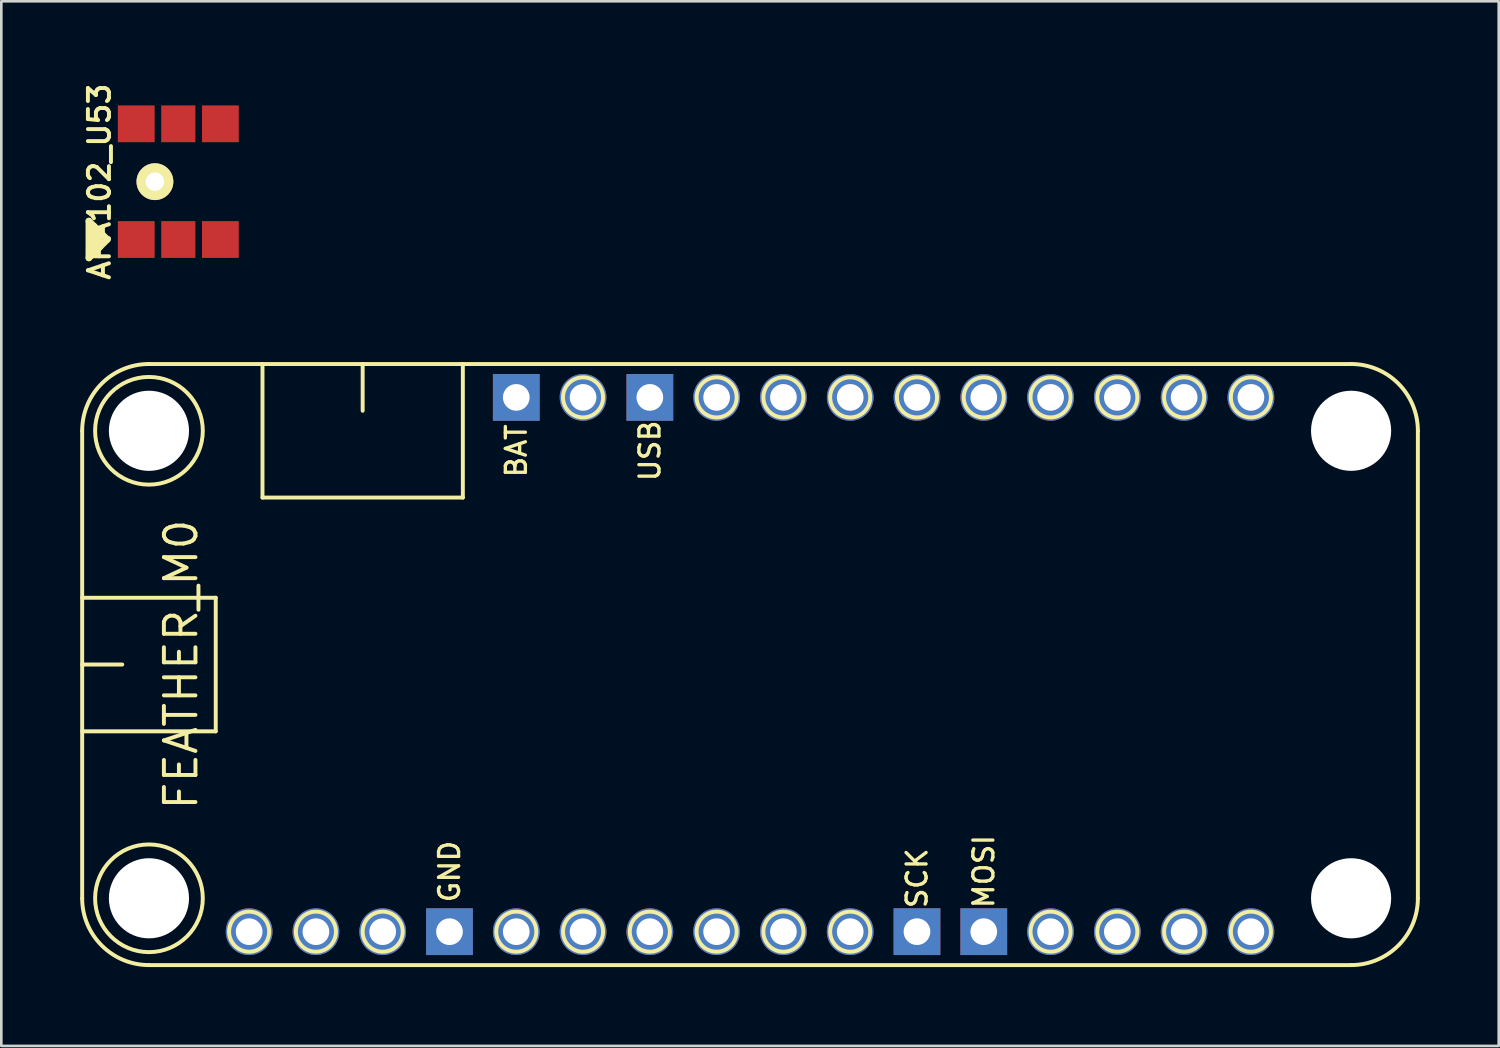
<source format=kicad_pcb>
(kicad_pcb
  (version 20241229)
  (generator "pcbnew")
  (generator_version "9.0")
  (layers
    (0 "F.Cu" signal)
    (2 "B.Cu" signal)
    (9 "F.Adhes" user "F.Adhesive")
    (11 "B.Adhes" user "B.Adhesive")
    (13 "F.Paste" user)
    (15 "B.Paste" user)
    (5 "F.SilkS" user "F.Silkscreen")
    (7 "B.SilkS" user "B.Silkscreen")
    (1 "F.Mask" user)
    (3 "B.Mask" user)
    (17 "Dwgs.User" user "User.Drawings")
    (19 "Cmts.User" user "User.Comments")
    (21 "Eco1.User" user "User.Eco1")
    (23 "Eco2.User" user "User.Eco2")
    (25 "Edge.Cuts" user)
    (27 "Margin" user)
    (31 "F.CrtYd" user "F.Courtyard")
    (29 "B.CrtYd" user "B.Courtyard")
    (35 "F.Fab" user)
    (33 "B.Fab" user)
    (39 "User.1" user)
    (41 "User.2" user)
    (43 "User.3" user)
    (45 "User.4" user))
  (footprint "FEATHER_M0"
    (layer "F.Cu")
    (at 25.475 22.224)
    (property "Reference" "FEATHER_M0" (at -21.639 0 90) (layer "F.SilkS") (effects (font (size 1.2 1.2) (thickness 0.15))))
    (attr through_hole)
    (fp_line (start -25.4 -8.89) (end -25.4 8.89) (stroke (width 0.15) (type solid)) (layer "F.SilkS"))
    (fp_line (start -25.4 -2.54) (end -20.32 -2.54) (stroke (width 0.15) (type solid)) (layer "F.SilkS"))
    (fp_line (start -25.4 0) (end -23.876 0) (stroke (width 0.15) (type solid)) (layer "F.SilkS"))
    (fp_line (start -22.86 11.43) (end 22.86 11.43) (stroke (width 0.15) (type solid)) (layer "F.SilkS"))
    (fp_line (start -20.32 -2.54) (end -20.32 2.54) (stroke (width 0.15) (type solid)) (layer "F.SilkS"))
    (fp_line (start -20.32 2.54) (end -25.4 2.54) (stroke (width 0.15) (type solid)) (layer "F.SilkS"))
    (fp_line (start -18.542 -6.35) (end -18.542 -11.43) (stroke (width 0.15) (type solid)) (layer "F.SilkS"))
    (fp_line (start -18.542 -6.35) (end -10.922 -6.35) (stroke (width 0.15) (type solid)) (layer "F.SilkS"))
    (fp_line (start -14.732 -11.43) (end -14.732 -9.652) (stroke (width 0.15) (type solid)) (layer "F.SilkS"))
    (fp_line (start -10.922 -6.35) (end -10.922 -11.43) (stroke (width 0.15) (type solid)) (layer "F.SilkS"))
    (fp_line (start 22.86 -11.43) (end -22.86 -11.43) (stroke (width 0.15) (type solid)) (layer "F.SilkS"))
    (fp_line (start 25.4 -8.89) (end 25.4 8.89) (stroke (width 0.15) (type solid)) (layer "F.SilkS"))
    (fp_arc (start -25.4 -8.89) (mid -24.656051 -10.686051) (end -22.86 -11.43) (stroke (width 0.15) (type solid)) (layer "F.SilkS"))
    (fp_arc (start -22.86 11.43) (mid -24.656051 10.686051) (end -25.4 8.89) (stroke (width 0.15) (type solid)) (layer "F.SilkS"))
    (fp_arc (start 22.86 -11.43) (mid 24.656051 -10.686051) (end 25.4 -8.89) (stroke (width 0.15) (type solid)) (layer "F.SilkS"))
    (fp_arc (start 25.4 8.89) (mid 24.656051 10.686051) (end 22.86 11.43) (stroke (width 0.15) (type solid)) (layer "F.SilkS"))
    (fp_circle (center -22.86 -8.89) (end -20.828 -8.636) (stroke (width 0.15) (type solid)) (fill no) (layer "F.SilkS"))
    (fp_circle (center -22.86 8.89) (end -20.828 8.636) (stroke (width 0.15) (type solid)) (fill no) (layer "F.SilkS"))
    (fp_circle (center -19.05 10.16) (end -18.288 10.16) (stroke (width 0.15) (type solid)) (fill no) (layer "F.SilkS"))
    (fp_circle (center -16.51 10.16) (end -15.748 10.16) (stroke (width 0.15) (type solid)) (fill no) (layer "F.SilkS"))
    (fp_circle (center -13.97 10.16) (end -13.208 10.16) (stroke (width 0.15) (type solid)) (fill no) (layer "F.SilkS"))
    (fp_circle (center -8.89 10.16) (end -9.652 10.16) (stroke (width 0.15) (type solid)) (fill no) (layer "F.SilkS"))
    (fp_circle (center -6.35 -10.16) (end -5.588 -10.16) (stroke (width 0.15) (type solid)) (fill no) (layer "F.SilkS"))
    (fp_circle (center -6.35 10.16) (end -7.112 10.16) (stroke (width 0.15) (type solid)) (fill no) (layer "F.SilkS"))
    (fp_circle (center -3.81 10.16) (end -4.572 10.16) (stroke (width 0.15) (type solid)) (fill no) (layer "F.SilkS"))
    (fp_circle (center -1.27 -10.16) (end -0.508 -10.16) (stroke (width 0.15) (type solid)) (fill no) (layer "F.SilkS"))
    (fp_circle (center -1.27 10.16) (end -2.032 10.16) (stroke (width 0.15) (type solid)) (fill no) (layer "F.SilkS"))
    (fp_circle (center 1.27 -10.16) (end 2.032 -10.16) (stroke (width 0.15) (type solid)) (fill no) (layer "F.SilkS"))
    (fp_circle (center 1.27 10.16) (end 0.508 10.16) (stroke (width 0.15) (type solid)) (fill no) (layer "F.SilkS"))
    (fp_circle (center 3.81 -10.16) (end 4.572 -10.16) (stroke (width 0.15) (type solid)) (fill no) (layer "F.SilkS"))
    (fp_circle (center 3.81 10.16) (end 3.048 10.16) (stroke (width 0.15) (type solid)) (fill no) (layer "F.SilkS"))
    (fp_circle (center 6.35 -10.16) (end 7.112 -10.16) (stroke (width 0.15) (type solid)) (fill no) (layer "F.SilkS"))
    (fp_circle (center 8.89 -10.16) (end 8.128 -10.16) (stroke (width 0.15) (type solid)) (fill no) (layer "F.SilkS"))
    (fp_circle (center 11.43 -10.16) (end 12.192 -10.16) (stroke (width 0.15) (type solid)) (fill no) (layer "F.SilkS"))
    (fp_circle (center 11.43 10.16) (end 12.192 10.16) (stroke (width 0.15) (type solid)) (fill no) (layer "F.SilkS"))
    (fp_circle (center 13.97 -10.16) (end 14.732 -10.16) (stroke (width 0.15) (type solid)) (fill no) (layer "F.SilkS"))
    (fp_circle (center 13.97 10.16) (end 14.732 10.16) (stroke (width 0.15) (type solid)) (fill no) (layer "F.SilkS"))
    (fp_circle (center 16.51 -10.16) (end 15.748 -10.16) (stroke (width 0.15) (type solid)) (fill no) (layer "F.SilkS"))
    (fp_circle (center 16.51 10.16) (end 17.272 10.16) (stroke (width 0.15) (type solid)) (fill no) (layer "F.SilkS"))
    (fp_circle (center 19.05 -10.16) (end 18.288 -10.16) (stroke (width 0.15) (type solid)) (fill no) (layer "F.SilkS"))
    (fp_circle (center 19.05 10.16) (end 19.812 10.16) (stroke (width 0.15) (type solid)) (fill no) (layer "F.SilkS"))
    (fp_circle (center 22.86 -8.89) (end 21.59 -8.636) (stroke (width 0.15) (type solid)) (fill no) (layer "F.SilkS"))
    (fp_circle (center 22.86 8.89) (end 21.59 9.144) (stroke (width 0.15) (type solid)) (fill no) (layer "F.SilkS"))
    (fp_text user "USB" (at -3.81 -8.128 90) (layer "F.SilkS") (effects (font (size 0.762 0.762) (thickness 0.127))))
    (fp_text user "SCK" (at 6.35 8.128 90) (layer "F.SilkS") (effects (font (size 0.762 0.762) (thickness 0.127))))
    (fp_text user "GND" (at -11.43 7.874 90) (layer "F.SilkS") (effects (font (size 0.762 0.762) (thickness 0.127))))
    (fp_text user "MOSI" (at 8.89 7.874 90) (layer "F.SilkS") (effects (font (size 0.762 0.762) (thickness 0.127))))
    (fp_text user "BAT" (at -8.89 -8.128 90) (layer "F.SilkS") (effects (font (size 0.762 0.762) (thickness 0.127))))
    (pad "" np_thru_hole circle (at -22.86 -8.89) (size 3.048 3.048) (drill 3.048) (layers "*.Cu" "*.Mask"))
    (pad "" np_thru_hole circle (at -22.86 8.89) (size 3.048 3.048) (drill 3.048) (layers "*.Cu" "*.Mask"))
    (pad "" np_thru_hole circle (at 22.86 -8.89) (size 3.048 3.048) (drill 3.048) (layers "*.Cu" "*.Mask"))
    (pad "" np_thru_hole circle (at 22.86 8.89) (size 3.048 3.048) (drill 3.048) (layers "*.Cu" "*.Mask"))
    (pad "1" thru_hole circle (at -19.05 10.16) (size 1.778 1.778) (drill 1.016) (layers "*.Cu" "*.Mask"))
    (pad "2" thru_hole circle (at -16.51 10.16) (size 1.778 1.778) (drill 1.016) (layers "*.Cu" "*.Mask"))
    (pad "3" thru_hole circle (at -13.97 10.16) (size 1.778 1.778) (drill 1.016) (layers "*.Cu" "*.Mask"))
    (pad "4" thru_hole rect (at -11.43 10.16) (size 1.778 1.778) (drill 1.016) (layers "*.Cu" "*.Mask"))
    (pad "5" thru_hole circle (at -8.89 10.16) (size 1.778 1.778) (drill 1.016) (layers "*.Cu" "*.Mask"))
    (pad "6" thru_hole circle (at -6.35 10.16) (size 1.778 1.778) (drill 1.016) (layers "*.Cu" "*.Mask"))
    (pad "7" thru_hole circle (at -3.81 10.16) (size 1.778 1.778) (drill 1.016) (layers "*.Cu" "*.Mask"))
    (pad "8" thru_hole circle (at -1.27 10.16) (size 1.778 1.778) (drill 1.016) (layers "*.Cu" "*.Mask"))
    (pad "9" thru_hole circle (at 1.27 10.16) (size 1.778 1.778) (drill 1.016) (layers "*.Cu" "*.Mask"))
    (pad "10" thru_hole circle (at 3.81 10.16) (size 1.778 1.778) (drill 1.016) (layers "*.Cu" "*.Mask"))
    (pad "11" thru_hole rect (at 6.35 10.16) (size 1.778 1.778) (drill 1.016) (layers "*.Cu" "*.Mask"))
    (pad "12" thru_hole rect (at 8.89 10.16) (size 1.778 1.778) (drill 1.016) (layers "*.Cu" "*.Mask"))
    (pad "13" thru_hole circle (at 11.43 10.16) (size 1.778 1.778) (drill 1.016) (layers "*.Cu" "*.Mask"))
    (pad "14" thru_hole circle (at 13.97 10.16) (size 1.778 1.778) (drill 1.016) (layers "*.Cu" "*.Mask"))
    (pad "15" thru_hole circle (at 16.51 10.16) (size 1.778 1.778) (drill 1.016) (layers "*.Cu" "*.Mask"))
    (pad "16" thru_hole circle (at 19.05 10.16) (size 1.778 1.778) (drill 1.016) (layers "*.Cu" "*.Mask"))
    (pad "17" thru_hole circle (at 19.05 -10.16) (size 1.778 1.778) (drill 1.016) (layers "*.Cu" "*.Mask"))
    (pad "18" thru_hole circle (at 16.51 -10.16) (size 1.778 1.778) (drill 1.016) (layers "*.Cu" "*.Mask"))
    (pad "19" thru_hole circle (at 13.97 -10.16) (size 1.778 1.778) (drill 1.016) (layers "*.Cu" "*.Mask"))
    (pad "20" thru_hole circle (at 11.43 -10.16) (size 1.778 1.778) (drill 1.016) (layers "*.Cu" "*.Mask"))
    (pad "21" thru_hole circle (at 8.89 -10.16) (size 1.778 1.778) (drill 1.016) (layers "*.Cu" "*.Mask"))
    (pad "22" thru_hole circle (at 6.35 -10.16) (size 1.778 1.778) (drill 1.016) (layers "*.Cu" "*.Mask"))
    (pad "23" thru_hole circle (at 3.81 -10.16) (size 1.778 1.778) (drill 1.016) (layers "*.Cu" "*.Mask"))
    (pad "24" thru_hole circle (at 1.27 -10.16) (size 1.778 1.778) (drill 1.016) (layers "*.Cu" "*.Mask"))
    (pad "25" thru_hole circle (at -1.27 -10.16) (size 1.778 1.778) (drill 1.016) (layers "*.Cu" "*.Mask"))
    (pad "26" thru_hole rect (at -3.81 -10.16) (size 1.778 1.778) (drill 1.016) (layers "*.Cu" "*.Mask"))
    (pad "27" thru_hole circle (at -6.35 -10.16) (size 1.778 1.778) (drill 1.016) (layers "*.Cu" "*.Mask"))
    (pad "28" thru_hole rect (at -8.89 -10.16) (size 1.778 1.778) (drill 1.016) (layers "*.Cu" "*.Mask")))
  (footprint "APA102_U53"
    (layer "F.Cu")
    (at 3.731 3.859)
    (property "Reference" "APA102_U53" (at -3 0 90) (layer "F.SilkS") (effects (font (size 0.8 0.8) (thickness 0.15))))
    (attr through_hole)
    (fp_line (start -3.4 1.5) (end -3.4 2.9) (stroke (width 0.254) (type solid)) (layer "F.SilkS"))
    (fp_line (start -3.4 2.9) (end -2.7 2.2) (stroke (width 0.254) (type solid)) (layer "F.SilkS"))
    (fp_line (start -3.2 1.7) (end -3.2 2.7) (stroke (width 0.254) (type solid)) (layer "F.SilkS"))
    (fp_line (start -3 1.9) (end -3 2.5) (stroke (width 0.254) (type solid)) (layer "F.SilkS"))
    (fp_line (start -2.7 2.2) (end -3.4 1.5) (stroke (width 0.254) (type solid)) (layer "F.SilkS"))
    (pad "1" smd rect (at -1.6 2.2 90) (size 1.4 1.4) (layers "F.Cu" "F.Mask" "F.Paste"))
    (pad "2" smd rect (at 0 2.2 90) (size 1.4 1.3) (layers "F.Cu" "F.Mask" "F.Paste"))
    (pad "3" thru_hole circle (at -0.889 0) (size 1.4 1.4) (drill 0.7) (layers "*.Cu" "*.Mask" "F.SilkS"))
    (pad "3" smd rect (at 1.6 2.2 90) (size 1.4 1.4) (layers "F.Cu" "F.Mask" "F.Paste"))
    (pad "4" smd rect (at 1.6 -2.2 90) (size 1.4 1.4) (layers "F.Cu" "F.Mask" "F.Paste"))
    (pad "5" smd rect (at 0 -2.2 90) (size 1.4 1.3) (layers "F.Cu" "F.Mask" "F.Paste"))
    (pad "6" smd rect (at -1.6 -2.2 90) (size 1.4 1.4) (layers "F.Cu" "F.Mask" "F.Paste")))
  (gr_rect
    (start -3 -3)
    (end 53.95 36.729)
    (stroke (width 0.1) (type default))
    (fill no)
    (layer "Edge.Cuts")))
</source>
